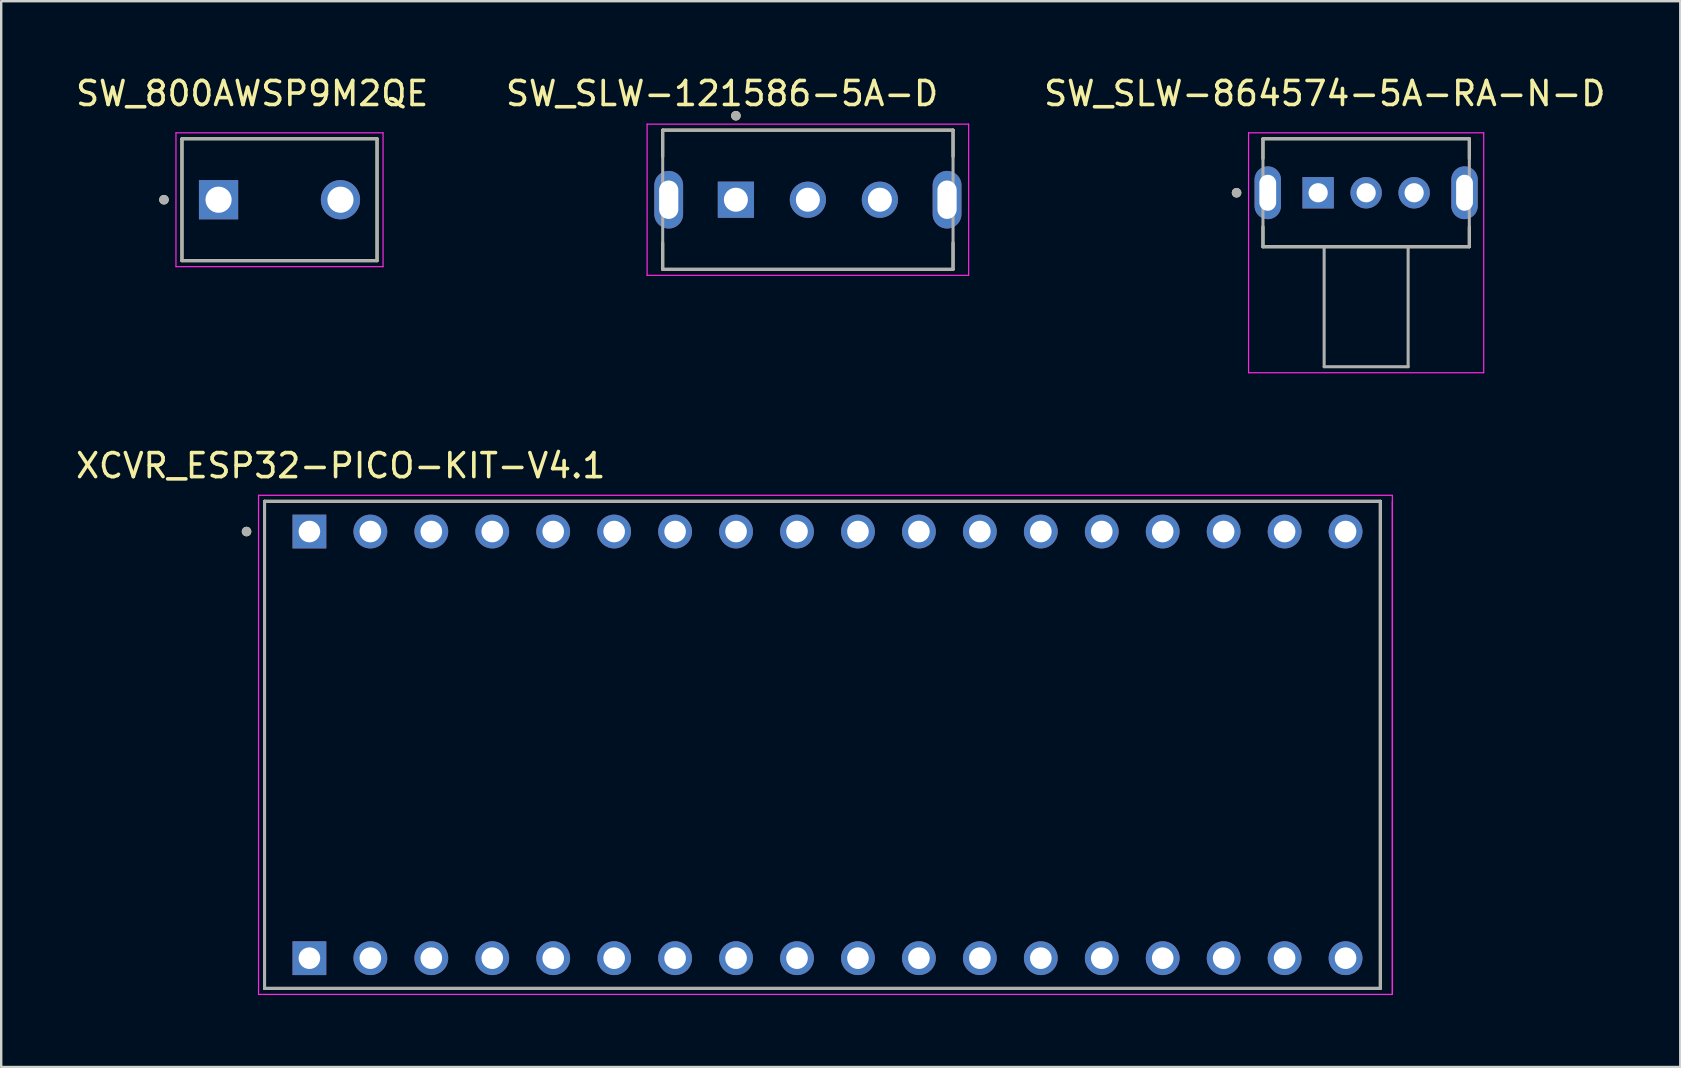
<source format=kicad_pcb>
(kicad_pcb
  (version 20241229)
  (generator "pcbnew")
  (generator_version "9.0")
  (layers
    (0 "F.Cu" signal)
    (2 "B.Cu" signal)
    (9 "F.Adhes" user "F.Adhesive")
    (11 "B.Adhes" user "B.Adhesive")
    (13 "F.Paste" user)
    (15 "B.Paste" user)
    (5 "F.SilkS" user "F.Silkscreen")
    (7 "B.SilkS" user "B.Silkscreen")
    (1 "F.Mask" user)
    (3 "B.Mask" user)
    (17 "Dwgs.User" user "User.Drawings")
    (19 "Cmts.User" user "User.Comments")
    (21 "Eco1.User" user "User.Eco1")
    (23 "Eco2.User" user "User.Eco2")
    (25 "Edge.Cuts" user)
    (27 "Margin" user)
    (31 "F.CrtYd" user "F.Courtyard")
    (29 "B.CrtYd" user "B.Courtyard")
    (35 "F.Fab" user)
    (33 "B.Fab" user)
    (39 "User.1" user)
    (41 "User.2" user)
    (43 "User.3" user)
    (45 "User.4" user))
  (footprint "SW_800AWSP9M2QE"
    (layer "F.Cu")
    (at 8.598 5.273)
    (property "Reference" "SW_800AWSP9M2QE" (at -1.14 -4.425 0) (layer "F.SilkS") (effects (font (size 1 1) (thickness 0.15))))
    (attr through_hole)
    (fp_line (start -4.065 -2.54) (end 4.065 -2.54) (stroke (width 0.127) (type solid)) (layer "F.SilkS"))
    (fp_line (start -4.065 2.54) (end -4.065 -2.54) (stroke (width 0.127) (type solid)) (layer "F.SilkS"))
    (fp_line (start 4.065 -2.54) (end 4.065 2.54) (stroke (width 0.127) (type solid)) (layer "F.SilkS"))
    (fp_line (start 4.065 2.54) (end -4.065 2.54) (stroke (width 0.127) (type solid)) (layer "F.SilkS"))
    (fp_circle (center -4.815 0) (end -4.715 0) (stroke (width 0.2) (type solid)) (fill no) (layer "F.SilkS"))
    (fp_line (start -4.315 -2.79) (end -4.315 2.79) (stroke (width 0.05) (type solid)) (layer "F.CrtYd"))
    (fp_line (start -4.315 2.79) (end 4.315 2.79) (stroke (width 0.05) (type solid)) (layer "F.CrtYd"))
    (fp_line (start 4.315 -2.79) (end -4.315 -2.79) (stroke (width 0.05) (type solid)) (layer "F.CrtYd"))
    (fp_line (start 4.315 2.79) (end 4.315 -2.79) (stroke (width 0.05) (type solid)) (layer "F.CrtYd"))
    (fp_line (start -4.065 -2.54) (end 4.065 -2.54) (stroke (width 0.127) (type solid)) (layer "F.Fab"))
    (fp_line (start -4.065 2.54) (end -4.065 -2.54) (stroke (width 0.127) (type solid)) (layer "F.Fab"))
    (fp_line (start 4.065 -2.54) (end 4.065 2.54) (stroke (width 0.127) (type solid)) (layer "F.Fab"))
    (fp_line (start 4.065 2.54) (end -4.065 2.54) (stroke (width 0.127) (type solid)) (layer "F.Fab"))
    (fp_circle (center -4.815 0) (end -4.715 0) (stroke (width 0.2) (type solid)) (fill no) (layer "F.Fab"))
    (pad "1" thru_hole rect (at -2.54 0) (size 1.635 1.635) (drill 1.09) (layers "*.Cu" "*.Mask"))
    (pad "2" thru_hole circle (at 2.54 0) (size 1.635 1.635) (drill 1.09) (layers "*.Cu" "*.Mask")))
  (footprint "SW_SLW-121586-5A-D"
    (layer "F.Cu")
    (at 30.617 5.273)
    (property "Reference" "SW_SLW-121586-5A-D" (at -3.575 -4.425 0) (layer "F.SilkS") (effects (font (size 1 1) (thickness 0.15))))
    (attr through_hole)
    (fp_line (start -6.05 -2.9) (end 6.05 -2.9) (stroke (width 0.127) (type solid)) (layer "F.SilkS"))
    (fp_line (start -6.05 -1.8) (end -6.05 -2.9) (stroke (width 0.127) (type solid)) (layer "F.SilkS"))
    (fp_line (start -6.05 2.9) (end -6.05 1.8) (stroke (width 0.127) (type solid)) (layer "F.SilkS"))
    (fp_line (start 6.05 -2.9) (end 6.05 -1.8) (stroke (width 0.127) (type solid)) (layer "F.SilkS"))
    (fp_line (start 6.05 1.8) (end 6.05 2.9) (stroke (width 0.127) (type solid)) (layer "F.SilkS"))
    (fp_line (start 6.05 2.9) (end -6.05 2.9) (stroke (width 0.127) (type solid)) (layer "F.SilkS"))
    (fp_circle (center -3 -3.5) (end -2.9 -3.5) (stroke (width 0.2) (type solid)) (fill no) (layer "F.SilkS"))
    (fp_line (start -6.7 -3.15) (end -6.7 3.15) (stroke (width 0.05) (type solid)) (layer "F.CrtYd"))
    (fp_line (start -6.7 3.15) (end 6.7 3.15) (stroke (width 0.05) (type solid)) (layer "F.CrtYd"))
    (fp_line (start 6.7 -3.15) (end -6.7 -3.15) (stroke (width 0.05) (type solid)) (layer "F.CrtYd"))
    (fp_line (start 6.7 3.15) (end 6.7 -3.15) (stroke (width 0.05) (type solid)) (layer "F.CrtYd"))
    (fp_line (start -6.05 -2.9) (end -6.05 2.9) (stroke (width 0.127) (type solid)) (layer "F.Fab"))
    (fp_line (start -6.05 2.9) (end 6.05 2.9) (stroke (width 0.127) (type solid)) (layer "F.Fab"))
    (fp_line (start 6.05 -2.9) (end -6.05 -2.9) (stroke (width 0.127) (type solid)) (layer "F.Fab"))
    (fp_line (start 6.05 2.9) (end 6.05 -2.9) (stroke (width 0.127) (type solid)) (layer "F.Fab"))
    (fp_circle (center -3 -3.5) (end -2.9 -3.5) (stroke (width 0.2) (type solid)) (fill no) (layer "F.Fab"))
    (pad "1" thru_hole rect (at -3 0) (size 1.508 1.508) (drill 1) (layers "*.Cu" "*.Mask"))
    (pad "2" thru_hole circle (at 0 0) (size 1.508 1.508) (drill 1) (layers "*.Cu" "*.Mask"))
    (pad "3" thru_hole circle (at 3 0) (size 1.508 1.508) (drill 1) (layers "*.Cu" "*.Mask"))
    (pad "SH1" thru_hole oval (at -5.8 0) (size 1.2 2.4) (drill oval 0.8 1.6) (layers "*.Cu" "*.Mask"))
    (pad "SH2" thru_hole oval (at 5.8 0) (size 1.2 2.4) (drill oval 0.8 1.6) (layers "*.Cu" "*.Mask")))
  (footprint "SW_SLW-864574-5A-RA-N-D"
    (layer "F.Cu")
    (at 53.882 4.983)
    (property "Reference" "SW_SLW-864574-5A-RA-N-D" (at -1.725 -4.135 0) (layer "F.SilkS") (effects (font (size 1 1) (thickness 0.15))))
    (attr through_hole)
    (fp_line (start -4.3 -2.25) (end -4.3 -1.42) (stroke (width 0.127) (type solid)) (layer "F.SilkS"))
    (fp_line (start -4.3 2.25) (end -4.3 1.42) (stroke (width 0.127) (type solid)) (layer "F.SilkS"))
    (fp_line (start -4.3 2.25) (end -1.75 2.25) (stroke (width 0.127) (type solid)) (layer "F.SilkS"))
    (fp_line (start -1.75 2.25) (end 1.75 2.25) (stroke (width 0.127) (type solid)) (layer "F.SilkS"))
    (fp_line (start 1.75 2.25) (end 4.3 2.25) (stroke (width 0.127) (type solid)) (layer "F.SilkS"))
    (fp_line (start 4.3 -2.25) (end -4.3 -2.25) (stroke (width 0.127) (type solid)) (layer "F.SilkS"))
    (fp_line (start 4.3 -1.42) (end 4.3 -2.25) (stroke (width 0.127) (type solid)) (layer "F.SilkS"))
    (fp_line (start 4.3 2.25) (end 4.3 1.42) (stroke (width 0.127) (type solid)) (layer "F.SilkS"))
    (fp_circle (center -5.4 0) (end -5.3 0) (stroke (width 0.2) (type solid)) (fill no) (layer "F.SilkS"))
    (fp_line (start -4.9 -2.5) (end -4.9 7.5) (stroke (width 0.05) (type solid)) (layer "F.CrtYd"))
    (fp_line (start -4.9 7.5) (end 4.9 7.5) (stroke (width 0.05) (type solid)) (layer "F.CrtYd"))
    (fp_line (start 4.9 -2.5) (end -4.9 -2.5) (stroke (width 0.05) (type solid)) (layer "F.CrtYd"))
    (fp_line (start 4.9 7.5) (end 4.9 -2.5) (stroke (width 0.05) (type solid)) (layer "F.CrtYd"))
    (fp_line (start -4.3 -2.25) (end -4.3 2.25) (stroke (width 0.127) (type solid)) (layer "F.Fab"))
    (fp_line (start -4.3 2.25) (end -1.75 2.25) (stroke (width 0.127) (type solid)) (layer "F.Fab"))
    (fp_line (start -1.75 2.25) (end -1.75 7.25) (stroke (width 0.127) (type solid)) (layer "F.Fab"))
    (fp_line (start -1.75 2.25) (end 1.75 2.25) (stroke (width 0.127) (type solid)) (layer "F.Fab"))
    (fp_line (start -1.75 7.25) (end 1.75 7.25) (stroke (width 0.127) (type solid)) (layer "F.Fab"))
    (fp_line (start 1.75 2.25) (end 4.3 2.25) (stroke (width 0.127) (type solid)) (layer "F.Fab"))
    (fp_line (start 1.75 7.25) (end 1.75 2.25) (stroke (width 0.127) (type solid)) (layer "F.Fab"))
    (fp_line (start 4.3 -2.25) (end -4.3 -2.25) (stroke (width 0.127) (type solid)) (layer "F.Fab"))
    (fp_line (start 4.3 2.25) (end 4.3 -2.25) (stroke (width 0.127) (type solid)) (layer "F.Fab"))
    (fp_circle (center -5.4 0) (end -5.3 0) (stroke (width 0.2) (type solid)) (fill no) (layer "F.Fab"))
    (pad "1" thru_hole rect (at -2 0) (size 1.308 1.308) (drill 0.8) (layers "*.Cu" "*.Mask"))
    (pad "2" thru_hole circle (at 0 0) (size 1.308 1.308) (drill 0.8) (layers "*.Cu" "*.Mask"))
    (pad "3" thru_hole circle (at 2 0) (size 1.308 1.308) (drill 0.8) (layers "*.Cu" "*.Mask"))
    (pad "SH1" thru_hole oval (at -4.1 0) (size 1.1 2.2) (drill oval 0.7 1.5) (layers "*.Cu" "*.Mask"))
    (pad "SH2" thru_hole oval (at 4.1 0) (size 1.1 2.2) (drill oval 0.7 1.5) (layers "*.Cu" "*.Mask")))
  (footprint "XCVR_ESP32-PICO-KIT-V4.1"
    (layer "F.Cu")
    (at 31.474 27.991)
    (property "Reference" "XCVR_ESP32-PICO-KIT-V4.1" (at -20.325 -11.635 0) (layer "F.SilkS") (effects (font (size 1 1) (thickness 0.15))))
    (attr through_hole)
    (fp_line (start -23.5 -10.15) (end 23 -10.15) (stroke (width 0.127) (type solid)) (layer "F.SilkS"))
    (fp_line (start -23.5 10.15) (end -23.5 -10.15) (stroke (width 0.127) (type solid)) (layer "F.SilkS"))
    (fp_line (start 23 -10.15) (end 23 10.15) (stroke (width 0.127) (type solid)) (layer "F.SilkS"))
    (fp_line (start 23 10.15) (end -23.5 10.15) (stroke (width 0.127) (type solid)) (layer "F.SilkS"))
    (fp_circle (center -24.25 -8.89) (end -24.15 -8.89) (stroke (width 0.2) (type solid)) (fill no) (layer "F.SilkS"))
    (fp_line (start -23.75 -10.4) (end 23.5 -10.4) (stroke (width 0.05) (type solid)) (layer "F.CrtYd"))
    (fp_line (start -23.75 10.4) (end -23.75 -10.4) (stroke (width 0.05) (type solid)) (layer "F.CrtYd"))
    (fp_line (start 23.5 -10.4) (end 23.5 10.4) (stroke (width 0.05) (type solid)) (layer "F.CrtYd"))
    (fp_line (start 23.5 -10.15) (end 23.5 10.4) (stroke (width 0.05) (type solid)) (layer "F.CrtYd"))
    (fp_line (start 23.5 10.4) (end -23.75 10.4) (stroke (width 0.05) (type solid)) (layer "F.CrtYd"))
    (fp_line (start -23.5 -10.15) (end 23 -10.15) (stroke (width 0.127) (type solid)) (layer "F.Fab"))
    (fp_line (start -23.5 10.15) (end -23.5 -10.15) (stroke (width 0.127) (type solid)) (layer "F.Fab"))
    (fp_line (start 23 -10.15) (end 23 10.15) (stroke (width 0.127) (type solid)) (layer "F.Fab"))
    (fp_line (start 23 10.15) (end -23.5 10.15) (stroke (width 0.127) (type solid)) (layer "F.Fab"))
    (fp_circle (center -24.25 -8.89) (end -24.15 -8.89) (stroke (width 0.2) (type solid)) (fill no) (layer "F.Fab"))
    (pad "1" thru_hole rect (at -21.63 -8.89) (size 1.408 1.408) (drill 0.9) (layers "*.Cu" "*.Mask"))
    (pad "2" thru_hole circle (at -19.09 -8.89) (size 1.408 1.408) (drill 0.9) (layers "*.Cu" "*.Mask"))
    (pad "3" thru_hole circle (at -16.55 -8.89) (size 1.408 1.408) (drill 0.9) (layers "*.Cu" "*.Mask"))
    (pad "4" thru_hole circle (at -14.01 -8.89) (size 1.408 1.408) (drill 0.9) (layers "*.Cu" "*.Mask"))
    (pad "5" thru_hole circle (at -11.47 -8.89) (size 1.408 1.408) (drill 0.9) (layers "*.Cu" "*.Mask"))
    (pad "6" thru_hole circle (at -8.93 -8.89) (size 1.408 1.408) (drill 0.9) (layers "*.Cu" "*.Mask"))
    (pad "7" thru_hole circle (at -6.39 -8.89) (size 1.408 1.408) (drill 0.9) (layers "*.Cu" "*.Mask"))
    (pad "8" thru_hole circle (at -3.85 -8.89) (size 1.408 1.408) (drill 0.9) (layers "*.Cu" "*.Mask"))
    (pad "9" thru_hole circle (at -1.31 -8.89) (size 1.408 1.408) (drill 0.9) (layers "*.Cu" "*.Mask"))
    (pad "10" thru_hole circle (at 1.23 -8.89) (size 1.408 1.408) (drill 0.9) (layers "*.Cu" "*.Mask"))
    (pad "11" thru_hole circle (at 3.77 -8.89) (size 1.408 1.408) (drill 0.9) (layers "*.Cu" "*.Mask"))
    (pad "12" thru_hole circle (at 6.31 -8.89) (size 1.408 1.408) (drill 0.9) (layers "*.Cu" "*.Mask"))
    (pad "13" thru_hole circle (at 8.85 -8.89) (size 1.408 1.408) (drill 0.9) (layers "*.Cu" "*.Mask"))
    (pad "14" thru_hole circle (at 11.39 -8.89) (size 1.408 1.408) (drill 0.9) (layers "*.Cu" "*.Mask"))
    (pad "15" thru_hole circle (at 13.93 -8.89) (size 1.408 1.408) (drill 0.9) (layers "*.Cu" "*.Mask"))
    (pad "16" thru_hole circle (at 16.47 -8.89) (size 1.408 1.408) (drill 0.9) (layers "*.Cu" "*.Mask"))
    (pad "17" thru_hole circle (at 19.01 -8.89) (size 1.408 1.408) (drill 0.9) (layers "*.Cu" "*.Mask"))
    (pad "18" thru_hole circle (at 21.55 -8.89) (size 1.408 1.408) (drill 0.9) (layers "*.Cu" "*.Mask"))
    (pad "19" thru_hole rect (at -21.63 8.89) (size 1.408 1.408) (drill 0.9) (layers "*.Cu" "*.Mask"))
    (pad "20" thru_hole circle (at -19.09 8.89) (size 1.408 1.408) (drill 0.9) (layers "*.Cu" "*.Mask"))
    (pad "21" thru_hole circle (at -16.55 8.89) (size 1.408 1.408) (drill 0.9) (layers "*.Cu" "*.Mask"))
    (pad "22" thru_hole circle (at -14.01 8.89) (size 1.408 1.408) (drill 0.9) (layers "*.Cu" "*.Mask"))
    (pad "23" thru_hole circle (at -11.47 8.89) (size 1.408 1.408) (drill 0.9) (layers "*.Cu" "*.Mask"))
    (pad "24" thru_hole circle (at -8.93 8.89) (size 1.408 1.408) (drill 0.9) (layers "*.Cu" "*.Mask"))
    (pad "25" thru_hole circle (at -6.39 8.89) (size 1.408 1.408) (drill 0.9) (layers "*.Cu" "*.Mask"))
    (pad "26" thru_hole circle (at -3.85 8.89) (size 1.408 1.408) (drill 0.9) (layers "*.Cu" "*.Mask"))
    (pad "27" thru_hole circle (at -1.31 8.89) (size 1.408 1.408) (drill 0.9) (layers "*.Cu" "*.Mask"))
    (pad "28" thru_hole circle (at 1.23 8.89) (size 1.408 1.408) (drill 0.9) (layers "*.Cu" "*.Mask"))
    (pad "29" thru_hole circle (at 3.77 8.89) (size 1.408 1.408) (drill 0.9) (layers "*.Cu" "*.Mask"))
    (pad "30" thru_hole circle (at 6.31 8.89) (size 1.408 1.408) (drill 0.9) (layers "*.Cu" "*.Mask"))
    (pad "31" thru_hole circle (at 8.85 8.89) (size 1.408 1.408) (drill 0.9) (layers "*.Cu" "*.Mask"))
    (pad "32" thru_hole circle (at 11.39 8.89) (size 1.408 1.408) (drill 0.9) (layers "*.Cu" "*.Mask"))
    (pad "33" thru_hole circle (at 13.93 8.89) (size 1.408 1.408) (drill 0.9) (layers "*.Cu" "*.Mask"))
    (pad "34" thru_hole circle (at 16.47 8.89) (size 1.408 1.408) (drill 0.9) (layers "*.Cu" "*.Mask"))
    (pad "35" thru_hole circle (at 19.01 8.89) (size 1.408 1.408) (drill 0.9) (layers "*.Cu" "*.Mask"))
    (pad "36" thru_hole circle (at 21.55 8.89) (size 1.408 1.408) (drill 0.9) (layers "*.Cu" "*.Mask")))
  (gr_rect
    (start -3 -3)
    (end 66.973 41.416)
    (stroke (width 0.1) (type default))
    (fill no)
    (layer "Edge.Cuts")))
</source>
